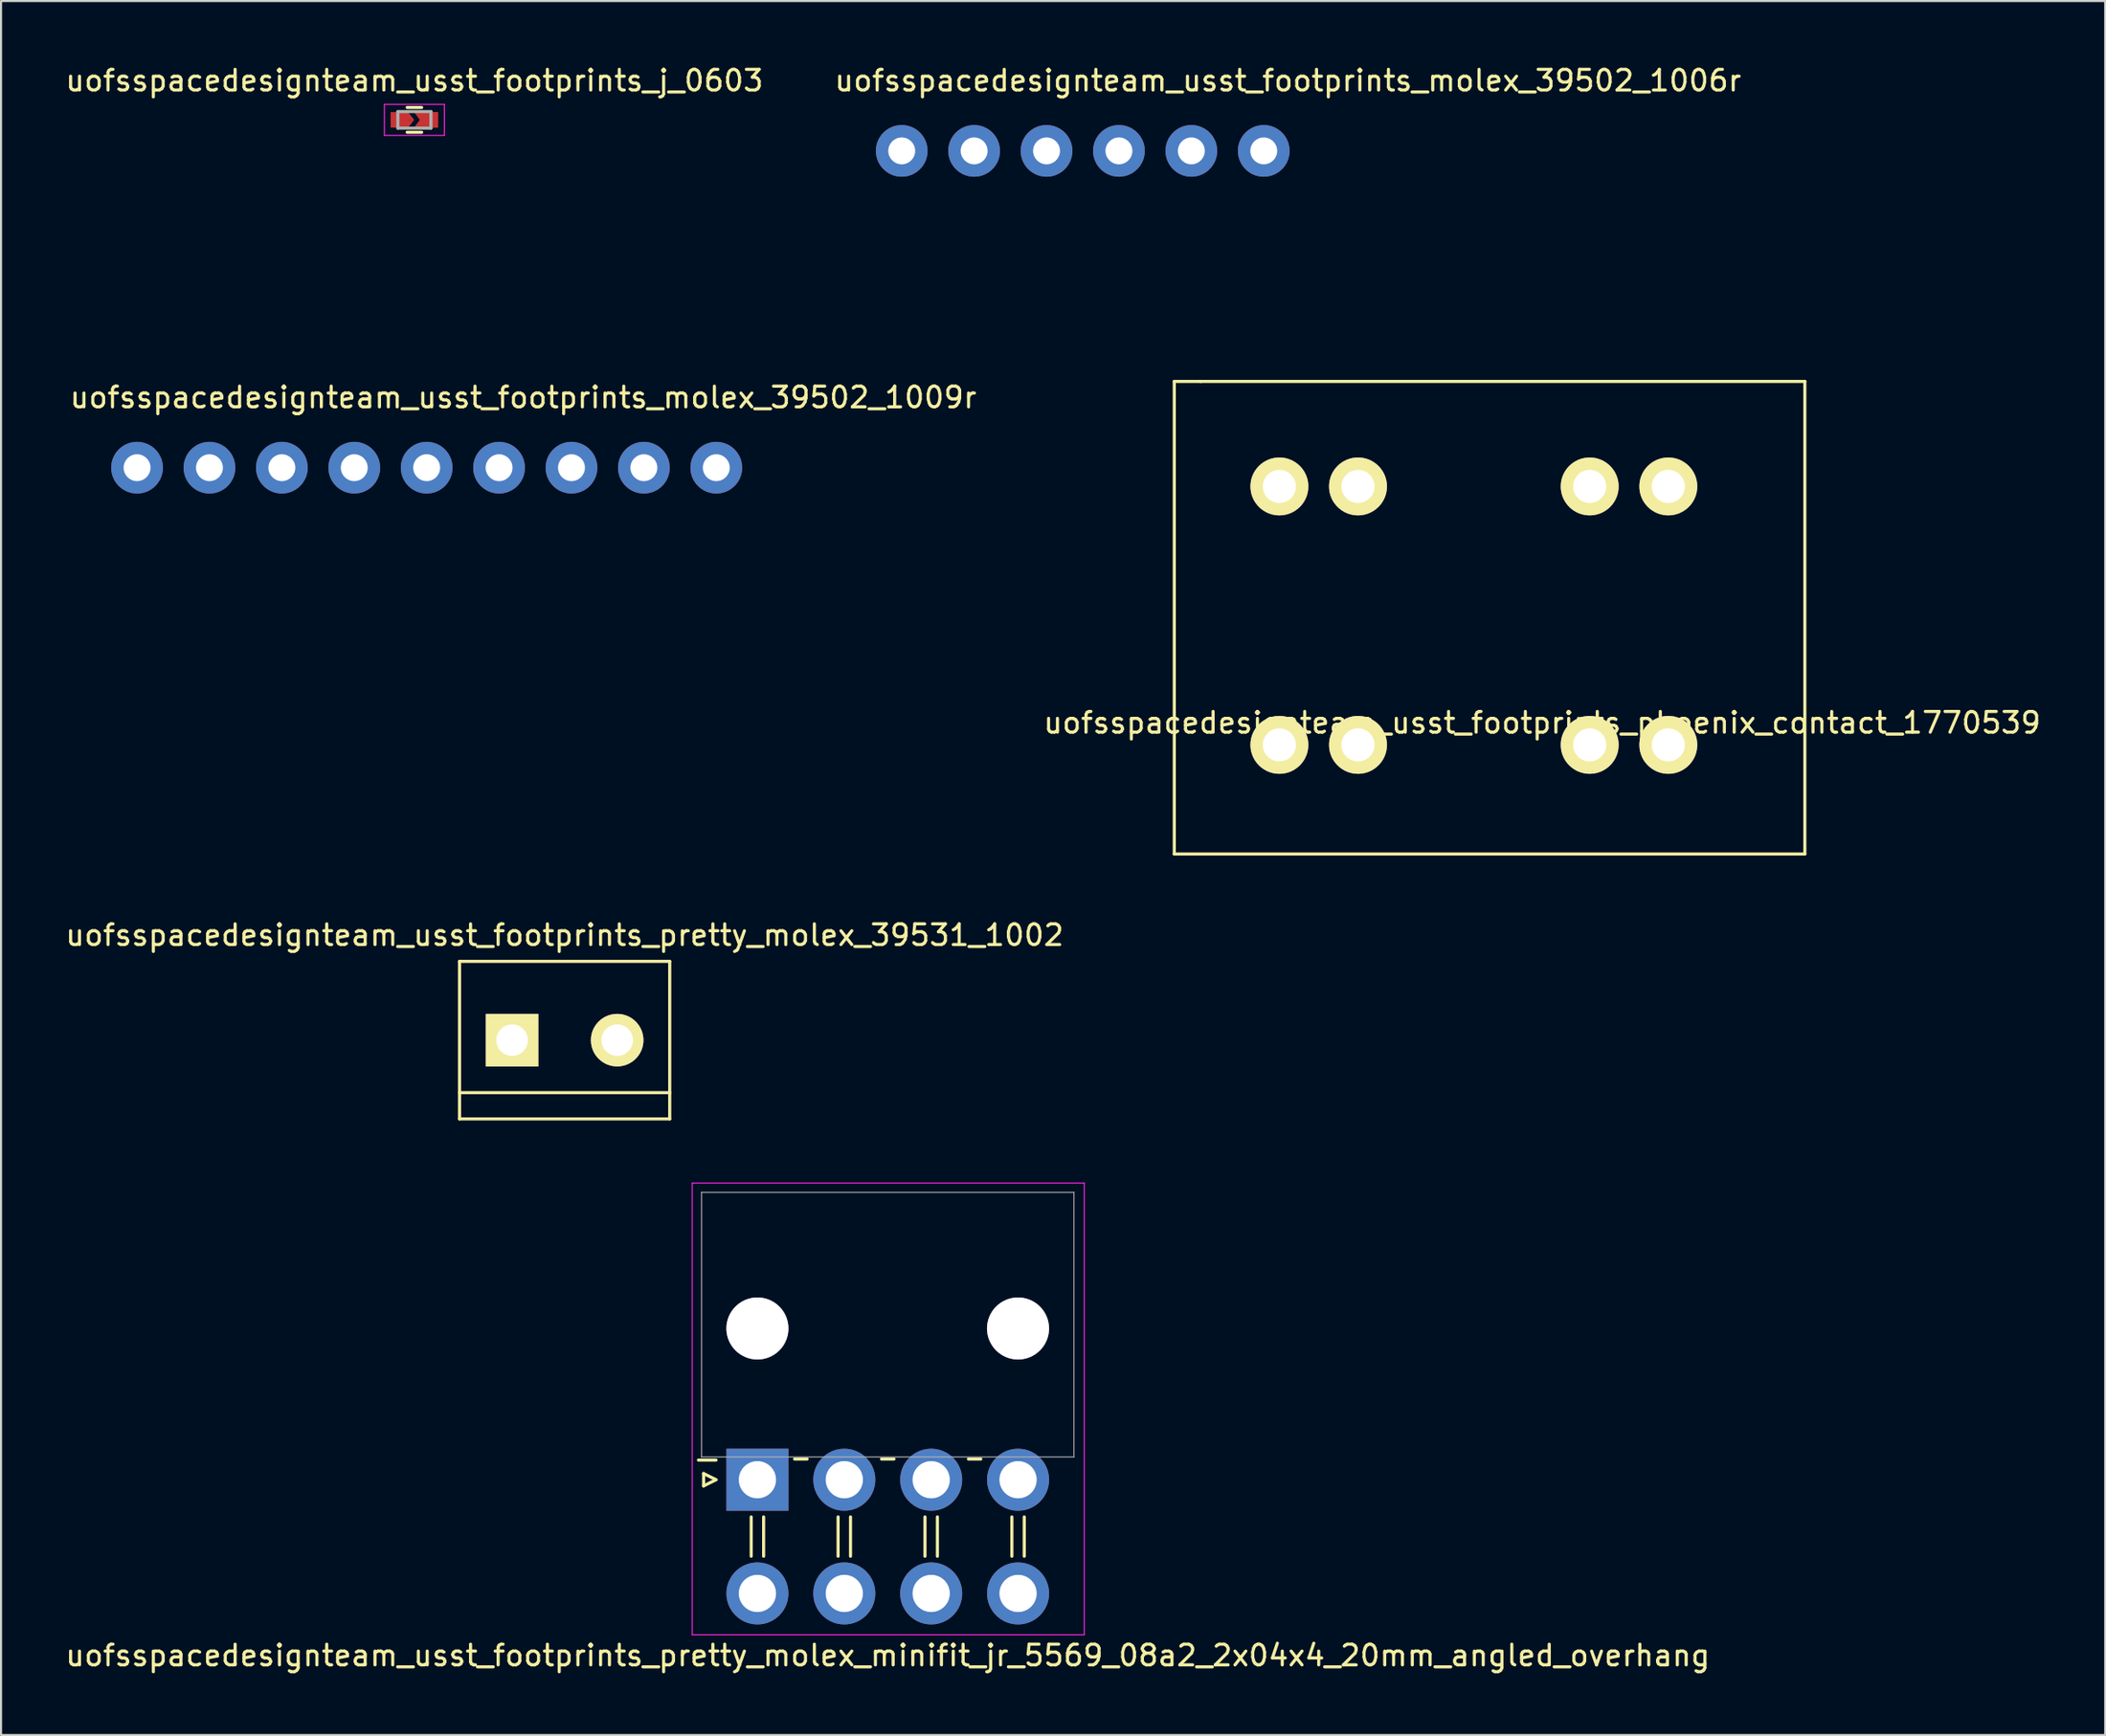
<source format=kicad_pcb>
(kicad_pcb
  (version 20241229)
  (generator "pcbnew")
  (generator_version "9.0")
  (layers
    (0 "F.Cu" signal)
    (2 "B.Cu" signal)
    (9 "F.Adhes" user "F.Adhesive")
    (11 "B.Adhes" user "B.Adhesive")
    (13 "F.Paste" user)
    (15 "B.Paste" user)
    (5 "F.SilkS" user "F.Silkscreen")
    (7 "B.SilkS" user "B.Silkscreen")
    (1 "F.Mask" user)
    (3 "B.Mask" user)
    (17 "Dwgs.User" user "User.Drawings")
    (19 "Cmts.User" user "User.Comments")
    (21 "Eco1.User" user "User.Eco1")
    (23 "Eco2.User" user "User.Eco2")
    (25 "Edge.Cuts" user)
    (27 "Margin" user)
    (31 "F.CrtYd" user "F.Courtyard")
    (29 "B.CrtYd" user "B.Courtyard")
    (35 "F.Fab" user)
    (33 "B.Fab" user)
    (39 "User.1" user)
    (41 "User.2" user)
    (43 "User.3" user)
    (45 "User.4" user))
  (footprint "uofsspacedesignteam_usst_footprints_phoenix_contact_1770539"
    (layer "F.Cu")
    (at 58.795 20.478)
    (property "Reference" "uofsspacedesignteam_usst_footprints_phoenix_contact_1770539" (at 12.7 11.43 0) (layer "F.SilkS") (effects (font (size 1 1) (thickness 0.15))))
    (attr through_hole)
    (fp_line (start -5.08 -5.08) (end -3.81 -5.08) (stroke (width 0.15) (type solid)) (layer "F.SilkS"))
    (fp_line (start -5.08 17.78) (end -5.08 -5.08) (stroke (width 0.15) (type solid)) (layer "F.SilkS"))
    (fp_line (start -3.81 -5.08) (end 25.4 -5.08) (stroke (width 0.15) (type solid)) (layer "F.SilkS"))
    (fp_line (start 25.4 -5.08) (end 25.4 17.78) (stroke (width 0.15) (type solid)) (layer "F.SilkS"))
    (fp_line (start 25.4 17.78) (end -5.08 17.78) (stroke (width 0.15) (type solid)) (layer "F.SilkS"))
    (pad "1" thru_hole circle (at 0 0) (size 2.8 2.8) (drill 1.6) (layers "*.Cu" "*.Mask" "F.SilkS"))
    (pad "1" thru_hole circle (at 0 12.5) (size 2.8 2.8) (drill 1.6) (layers "*.Cu" "*.Mask" "F.SilkS"))
    (pad "1" thru_hole circle (at 3.8 0) (size 2.8 2.8) (drill 1.6) (layers "*.Cu" "*.Mask" "F.SilkS"))
    (pad "1" thru_hole circle (at 3.8 12.5) (size 2.8 2.8) (drill 1.6) (layers "*.Cu" "*.Mask" "F.SilkS"))
    (pad "2" thru_hole circle (at 15 0) (size 2.8 2.8) (drill 1.6) (layers "*.Cu" "*.Mask" "F.SilkS"))
    (pad "2" thru_hole circle (at 15 12.5) (size 2.8 2.8) (drill 1.6) (layers "*.Cu" "*.Mask" "F.SilkS"))
    (pad "2" thru_hole circle (at 18.8 0) (size 2.8 2.8) (drill 1.6) (layers "*.Cu" "*.Mask" "F.SilkS"))
    (pad "2" thru_hole circle (at 18.8 12.5) (size 2.8 2.8) (drill 1.6) (layers "*.Cu" "*.Mask" "F.SilkS")))
  (footprint "uofsspacedesignteam_usst_footprints_j_0603"
    (layer "F.Cu")
    (at 16.982 2.748)
    (property "Reference" "uofsspacedesignteam_usst_footprints_j_0603" (at 0 -1.9 0) (layer "F.SilkS") (effects (font (size 1 1) (thickness 0.15))))
    (attr smd)
    (fp_line (start -0.35 -0.6) (end 0.35 -0.6) (stroke (width 0.15) (type solid)) (layer "F.SilkS"))
    (fp_line (start 0.35 0.6) (end -0.35 0.6) (stroke (width 0.15) (type solid)) (layer "F.SilkS"))
    (fp_line (start -1.45 -0.75) (end -1.45 0.75) (stroke (width 0.05) (type solid)) (layer "F.CrtYd"))
    (fp_line (start -1.45 -0.75) (end 1.45 -0.75) (stroke (width 0.05) (type solid)) (layer "F.CrtYd"))
    (fp_line (start -1.45 0.75) (end 1.45 0.75) (stroke (width 0.05) (type solid)) (layer "F.CrtYd"))
    (fp_line (start 1.45 -0.75) (end 1.45 0.75) (stroke (width 0.05) (type solid)) (layer "F.CrtYd"))
    (fp_line (start -0.8 -0.4) (end 0.8 -0.4) (stroke (width 0.15) (type solid)) (layer "F.Fab"))
    (fp_line (start -0.8 0.4) (end -0.8 -0.4) (stroke (width 0.15) (type solid)) (layer "F.Fab"))
    (fp_line (start 0.8 -0.4) (end 0.8 0.4) (stroke (width 0.15) (type solid)) (layer "F.Fab"))
    (fp_line (start 0.8 0.4) (end -0.8 0.4) (stroke (width 0.15) (type solid)) (layer "F.Fab"))
    (pad "1" smd rect (at -0.75 0) (size 0.8 0.75) (layers "F.Cu" "F.Mask" "F.Paste"))
    (pad "1" smd trapezoid (at -0.508 -0.188) (size 0.7 0.376) (rect_delta 0 0.3) (layers "F.Cu" "F.Mask" "F.Paste"))
    (pad "1" smd trapezoid (at -0.508 0.188 180) (size 0.7 0.376) (rect_delta 0 0.3) (layers "F.Cu" "F.Mask" "F.Paste"))
    (pad "2" smd trapezoid (at 0.559 0) (size 0.6 0.75) (rect_delta 0 0.55) (layers "F.Cu" "F.Mask" "F.Paste"))
    (pad "2" smd trapezoid (at 0.559 0 180) (size 0.6 0.75) (rect_delta 0 0.55) (layers "F.Cu" "F.Mask" "F.Paste"))
    (pad "2" smd rect (at 0.75 0) (size 0.8 0.75) (layers "F.Cu" "F.Mask" "F.Paste")))
  (footprint "uofsspacedesignteam_usst_footprints_pretty_molex_minifit_jr_5569_08a2_2x04x4_20mm_angled_overhang"
    (layer "F.Cu")
    (at 33.563 68.522)
    (property "Reference" "uofsspacedesignteam_usst_footprints_pretty_molex_minifit_jr_5569_08a2_2x04x4_20mm_angled_overhang" (at 6.3 8.5 0) (layer "F.SilkS") (effects (font (size 1 1) (thickness 0.15))))
    (attr through_hole)
    (fp_line (start -2.6 -0.3) (end -2 0) (stroke (width 0.15) (type solid)) (layer "F.SilkS"))
    (fp_line (start -2.6 0.3) (end -2.6 -0.3) (stroke (width 0.15) (type solid)) (layer "F.SilkS"))
    (fp_line (start -2 -0.95) (end -2.85 -0.95) (stroke (width 0.15) (type solid)) (layer "F.SilkS"))
    (fp_line (start -2 0) (end -2.6 0.3) (stroke (width 0.15) (type solid)) (layer "F.SilkS"))
    (fp_line (start -0.3 1.8) (end -0.3 3.7) (stroke (width 0.15) (type solid)) (layer "F.SilkS"))
    (fp_line (start 0.3 1.8) (end 0.3 3.7) (stroke (width 0.15) (type solid)) (layer "F.SilkS"))
    (fp_line (start 1.8 -1) (end 2.4 -1) (stroke (width 0.15) (type solid)) (layer "F.SilkS"))
    (fp_line (start 3.9 1.8) (end 3.9 3.7) (stroke (width 0.15) (type solid)) (layer "F.SilkS"))
    (fp_line (start 4.5 1.8) (end 4.5 3.7) (stroke (width 0.15) (type solid)) (layer "F.SilkS"))
    (fp_line (start 6 -1) (end 6.6 -1) (stroke (width 0.15) (type solid)) (layer "F.SilkS"))
    (fp_line (start 8.1 1.8) (end 8.1 3.7) (stroke (width 0.15) (type solid)) (layer "F.SilkS"))
    (fp_line (start 8.7 1.8) (end 8.7 3.7) (stroke (width 0.15) (type solid)) (layer "F.SilkS"))
    (fp_line (start 10.2 -1) (end 10.8 -1) (stroke (width 0.15) (type solid)) (layer "F.SilkS"))
    (fp_line (start 12.3 1.8) (end 12.3 3.7) (stroke (width 0.15) (type solid)) (layer "F.SilkS"))
    (fp_line (start 12.9 1.8) (end 12.9 3.7) (stroke (width 0.15) (type solid)) (layer "F.SilkS"))
    (fp_line (start -3.15 -14.35) (end -3.15 7.5) (stroke (width 0.05) (type solid)) (layer "F.CrtYd"))
    (fp_line (start -3.15 7.5) (end 15.8 7.5) (stroke (width 0.05) (type solid)) (layer "F.CrtYd"))
    (fp_line (start 15.8 -14.35) (end -3.15 -14.35) (stroke (width 0.05) (type solid)) (layer "F.CrtYd"))
    (fp_line (start 15.8 7.5) (end 15.8 -14.35) (stroke (width 0.05) (type solid)) (layer "F.CrtYd"))
    (fp_line (start -2.7 -13.9) (end -2.7 -1.1) (stroke (width 0.05) (type solid)) (layer "F.Fab"))
    (fp_line (start -2.7 -1.1) (end 15.3 -1.1) (stroke (width 0.05) (type solid)) (layer "F.Fab"))
    (fp_line (start 15.3 -13.9) (end -2.7 -13.9) (stroke (width 0.05) (type solid)) (layer "F.Fab"))
    (fp_line (start 15.3 -1.1) (end 15.3 -13.9) (stroke (width 0.05) (type solid)) (layer "F.Fab"))
    (pad "1" thru_hole rect (at 0 0) (size 3 3) (drill 1.8) (layers "*.Cu" "*.Mask"))
    (pad "2" thru_hole circle (at 4.2 0) (size 3 3) (drill 1.8) (layers "*.Cu" "*.Mask"))
    (pad "3" thru_hole circle (at 8.4 0) (size 3 3) (drill 1.8) (layers "*.Cu" "*.Mask"))
    (pad "4" thru_hole circle (at 12.6 0) (size 3 3) (drill 1.8) (layers "*.Cu" "*.Mask"))
    (pad "5" thru_hole circle (at 0 5.5) (size 3 3) (drill 1.8) (layers "*.Cu" "*.Mask"))
    (pad "6" thru_hole circle (at 4.2 5.5) (size 3 3) (drill 1.8) (layers "*.Cu" "*.Mask"))
    (pad "7" thru_hole circle (at 8.4 5.5) (size 3 3) (drill 1.8) (layers "*.Cu" "*.Mask"))
    (pad "8" thru_hole circle (at 12.6 5.5) (size 3 3) (drill 1.8) (layers "*.Cu" "*.Mask"))
    (pad "9" thru_hole circle (at 0 -7.315) (size 3 3) (drill 3) (layers "*.Cu" "*.Mask"))
    (pad "9" thru_hole circle (at 12.598 -7.315) (size 3 3) (drill 3) (layers "*.Cu" "*.Mask")))
  (footprint "uofsspacedesignteam_usst_footprints_pretty_molex_39531_1002"
    (layer "F.Cu")
    (at 24.244 47.261)
    (property "Reference" "uofsspacedesignteam_usst_footprints_pretty_molex_39531_1002" (at 0 -5.08 0) (layer "F.SilkS") (effects (font (size 1 1) (thickness 0.15))))
    (attr through_hole)
    (fp_line (start -5.08 -3.81) (end -5.08 3.81) (stroke (width 0.15) (type solid)) (layer "F.SilkS"))
    (fp_line (start -5.08 3.81) (end 5.08 3.81) (stroke (width 0.15) (type solid)) (layer "F.SilkS"))
    (fp_line (start 5.08 -3.81) (end -5.08 -3.81) (stroke (width 0.15) (type solid)) (layer "F.SilkS"))
    (fp_line (start 5.08 2.54) (end -5.08 2.54) (stroke (width 0.15) (type solid)) (layer "F.SilkS"))
    (fp_line (start 5.08 3.81) (end 5.08 -3.81) (stroke (width 0.15) (type solid)) (layer "F.SilkS"))
    (pad "1" thru_hole rect (at -2.54 0) (size 2.54 2.54) (drill 1.524) (layers "*.Cu" "*.Mask" "F.SilkS"))
    (pad "2" thru_hole circle (at 2.54 0) (size 2.54 2.54) (drill 1.524) (layers "*.Cu" "*.Mask" "F.SilkS")))
  (footprint "uofsspacedesignteam_usst_footprints_molex_39502_1006r"
    (layer "F.Cu")
    (at 40.539 4.248)
    (property "Reference" "uofsspacedesignteam_usst_footprints_molex_39502_1006r" (at 18.67 -3.4 0) (layer "F.SilkS") (effects (font (size 1 1) (thickness 0.15))))
    (attr through_hole)
    (fp_line (start -3.5 -1.5) (end -3.5 8) (stroke (width 0.15) (type solid)) (layer "B.Paste"))
    (fp_line (start -3.5 -1.5) (end 21 -1.5) (stroke (width 0.15) (type solid)) (layer "B.Paste"))
    (fp_line (start -3.5 8) (end 21 8) (stroke (width 0.15) (type solid)) (layer "B.Paste"))
    (fp_line (start 21 -1.5) (end 21 8) (stroke (width 0.15) (type solid)) (layer "B.Paste"))
    (pad "1" thru_hole circle (at 0 0) (size 2.5 2.5) (drill 1.3) (layers "*.Cu" "*.Mask"))
    (pad "2" thru_hole circle (at 3.5 0) (size 2.5 2.5) (drill 1.3) (layers "*.Cu" "*.Mask"))
    (pad "3" thru_hole circle (at 7 0) (size 2.5 2.5) (drill 1.3) (layers "*.Cu" "*.Mask"))
    (pad "4" thru_hole circle (at 10.5 0) (size 2.5 2.5) (drill 1.3) (layers "*.Cu" "*.Mask"))
    (pad "5" thru_hole circle (at 14 0) (size 2.5 2.5) (drill 1.3) (layers "*.Cu" "*.Mask"))
    (pad "6" thru_hole circle (at 17.5 0) (size 2.5 2.5) (drill 1.3) (layers "*.Cu" "*.Mask")))
  (footprint "uofsspacedesignteam_usst_footprints_molex_39502_1009r"
    (layer "F.Cu")
    (at 3.575 19.572)
    (property "Reference" "uofsspacedesignteam_usst_footprints_molex_39502_1009r" (at 18.67 -3.4 0) (layer "F.SilkS") (effects (font (size 1 1) (thickness 0.15))))
    (attr through_hole)
    (fp_line (start -3.5 -1.5) (end -3.5 8) (stroke (width 0.15) (type solid)) (layer "B.Paste"))
    (fp_line (start -3.5 -1.5) (end 31.5 -1.5) (stroke (width 0.15) (type solid)) (layer "B.Paste"))
    (fp_line (start -3.5 8) (end 31.5 8) (stroke (width 0.15) (type solid)) (layer "B.Paste"))
    (fp_line (start 31.5 -1.5) (end 31.5 8) (stroke (width 0.15) (type solid)) (layer "B.Paste"))
    (pad "1" thru_hole circle (at 0 0) (size 2.5 2.5) (drill 1.3) (layers "*.Cu" "*.Mask"))
    (pad "2" thru_hole circle (at 3.5 0) (size 2.5 2.5) (drill 1.3) (layers "*.Cu" "*.Mask"))
    (pad "3" thru_hole circle (at 7 0) (size 2.5 2.5) (drill 1.3) (layers "*.Cu" "*.Mask"))
    (pad "4" thru_hole circle (at 10.5 0) (size 2.5 2.5) (drill 1.3) (layers "*.Cu" "*.Mask"))
    (pad "5" thru_hole circle (at 14 0) (size 2.5 2.5) (drill 1.3) (layers "*.Cu" "*.Mask"))
    (pad "6" thru_hole circle (at 17.5 0) (size 2.5 2.5) (drill 1.3) (layers "*.Cu" "*.Mask"))
    (pad "7" thru_hole circle (at 21 0) (size 2.5 2.5) (drill 1.3) (layers "*.Cu" "*.Mask"))
    (pad "8" thru_hole circle (at 24.5 0) (size 2.5 2.5) (drill 1.3) (layers "*.Cu" "*.Mask"))
    (pad "9" thru_hole circle (at 28 0) (size 2.5 2.5) (drill 1.3) (layers "*.Cu" "*.Mask")))
  (gr_rect
    (start -3 -3)
    (end 98.715 80.87)
    (stroke (width 0.1) (type default))
    (fill no)
    (layer "Edge.Cuts")))
</source>
